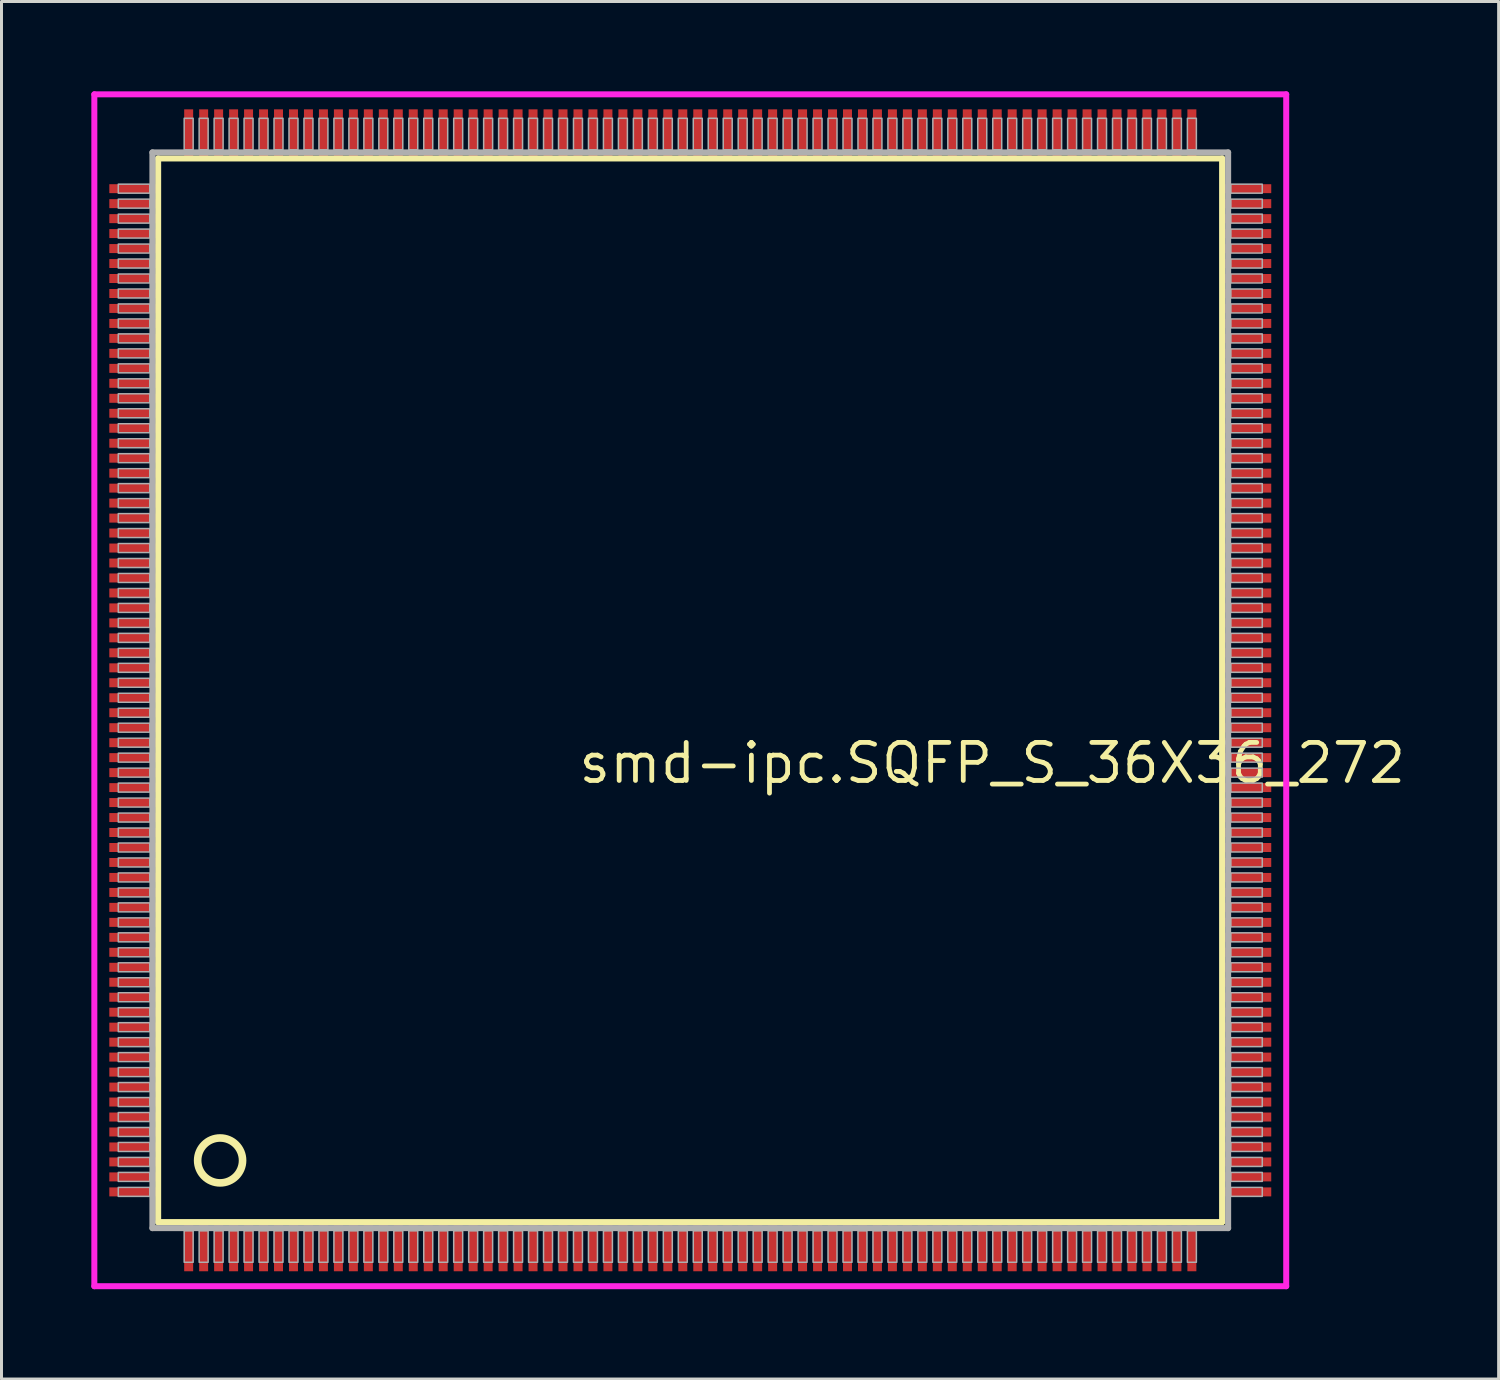
<source format=kicad_pcb>
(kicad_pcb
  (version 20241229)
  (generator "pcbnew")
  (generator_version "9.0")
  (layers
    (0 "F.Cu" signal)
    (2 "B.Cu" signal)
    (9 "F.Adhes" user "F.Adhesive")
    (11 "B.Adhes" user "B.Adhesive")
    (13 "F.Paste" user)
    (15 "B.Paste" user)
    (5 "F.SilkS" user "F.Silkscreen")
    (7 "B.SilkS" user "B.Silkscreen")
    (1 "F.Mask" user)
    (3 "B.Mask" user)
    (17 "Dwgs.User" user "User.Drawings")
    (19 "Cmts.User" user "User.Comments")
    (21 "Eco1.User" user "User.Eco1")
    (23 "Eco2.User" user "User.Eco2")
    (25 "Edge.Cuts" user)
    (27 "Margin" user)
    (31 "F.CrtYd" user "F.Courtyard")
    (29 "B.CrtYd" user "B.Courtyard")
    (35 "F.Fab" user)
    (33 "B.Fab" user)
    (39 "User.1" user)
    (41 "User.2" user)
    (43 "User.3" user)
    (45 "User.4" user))
  (footprint "smd-ipc.SQFP_S_36X36_272"
    (layer "F.Cu")
    (at 20 20)
    (property "Reference" "smd-ipc.SQFP_S_36X36_272" (at -3.81 3.175 0) (layer "F.SilkS") (effects (font (size 1.27 1.27) (thickness 0.16)) (justify left bottom)))
    (attr smd)
    (fp_line (start -17.77 -17.76) (end 17.76 -17.76) (stroke (width 0.203) (type default)) (layer "F.SilkS"))
    (fp_line (start -17.77 17.76) (end -17.77 -17.76) (stroke (width 0.203) (type default)) (layer "F.SilkS"))
    (fp_line (start 17.76 -17.76) (end 17.76 17.76) (stroke (width 0.203) (type default)) (layer "F.SilkS"))
    (fp_line (start 17.76 17.76) (end -17.77 17.76) (stroke (width 0.203) (type default)) (layer "F.SilkS"))
    (fp_circle (center -15.7 15.7) (end -14.95 15.7) (stroke (width 0.254) (type default)) (fill no) (layer "F.SilkS"))
    (fp_line (start -19.9 -19.9) (end 19.9 -19.9) (stroke (width 0.2) (type default)) (layer "F.CrtYd"))
    (fp_line (start -19.9 19.9) (end -19.9 -19.9) (stroke (width 0.2) (type default)) (layer "F.CrtYd"))
    (fp_line (start 19.9 -19.9) (end 19.9 19.9) (stroke (width 0.2) (type default)) (layer "F.CrtYd"))
    (fp_line (start 19.9 19.9) (end -19.9 19.9) (stroke (width 0.2) (type default)) (layer "F.CrtYd"))
    (fp_line (start -17.96 -17.96) (end -17.96 17.96) (stroke (width 0.203) (type default)) (layer "F.Fab"))
    (fp_line (start -17.96 17.96) (end 17.96 17.96) (stroke (width 0.203) (type default)) (layer "F.Fab"))
    (fp_line (start 17.96 -17.96) (end -17.96 -17.96) (stroke (width 0.203) (type default)) (layer "F.Fab"))
    (fp_line (start 17.96 17.96) (end 17.96 -17.96) (stroke (width 0.203) (type default)) (layer "F.Fab"))
    (fp_rect (start -19.1 -16.6) (end -18.05 -16.9) (stroke (width 0.05) (type default)) (fill no) (layer "F.Fab"))
    (fp_rect (start -19.1 -16.1) (end -18.05 -16.4) (stroke (width 0.05) (type default)) (fill no) (layer "F.Fab"))
    (fp_rect (start -19.1 -15.6) (end -18.05 -15.9) (stroke (width 0.05) (type default)) (fill no) (layer "F.Fab"))
    (fp_rect (start -19.1 -15.1) (end -18.05 -15.4) (stroke (width 0.05) (type default)) (fill no) (layer "F.Fab"))
    (fp_rect (start -19.1 -14.6) (end -18.05 -14.9) (stroke (width 0.05) (type default)) (fill no) (layer "F.Fab"))
    (fp_rect (start -19.1 -14.1) (end -18.05 -14.4) (stroke (width 0.05) (type default)) (fill no) (layer "F.Fab"))
    (fp_rect (start -19.1 -13.6) (end -18.05 -13.9) (stroke (width 0.05) (type default)) (fill no) (layer "F.Fab"))
    (fp_rect (start -19.1 -13.1) (end -18.05 -13.4) (stroke (width 0.05) (type default)) (fill no) (layer "F.Fab"))
    (fp_rect (start -19.1 -12.6) (end -18.05 -12.9) (stroke (width 0.05) (type default)) (fill no) (layer "F.Fab"))
    (fp_rect (start -19.1 -12.1) (end -18.05 -12.4) (stroke (width 0.05) (type default)) (fill no) (layer "F.Fab"))
    (fp_rect (start -19.1 -11.6) (end -18.05 -11.9) (stroke (width 0.05) (type default)) (fill no) (layer "F.Fab"))
    (fp_rect (start -19.1 -11.1) (end -18.05 -11.4) (stroke (width 0.05) (type default)) (fill no) (layer "F.Fab"))
    (fp_rect (start -19.1 -10.6) (end -18.05 -10.9) (stroke (width 0.05) (type default)) (fill no) (layer "F.Fab"))
    (fp_rect (start -19.1 -10.1) (end -18.05 -10.4) (stroke (width 0.05) (type default)) (fill no) (layer "F.Fab"))
    (fp_rect (start -19.1 -9.6) (end -18.05 -9.9) (stroke (width 0.05) (type default)) (fill no) (layer "F.Fab"))
    (fp_rect (start -19.1 -9.1) (end -18.05 -9.4) (stroke (width 0.05) (type default)) (fill no) (layer "F.Fab"))
    (fp_rect (start -19.1 -8.6) (end -18.05 -8.9) (stroke (width 0.05) (type default)) (fill no) (layer "F.Fab"))
    (fp_rect (start -19.1 -8.1) (end -18.05 -8.4) (stroke (width 0.05) (type default)) (fill no) (layer "F.Fab"))
    (fp_rect (start -19.1 -7.6) (end -18.05 -7.9) (stroke (width 0.05) (type default)) (fill no) (layer "F.Fab"))
    (fp_rect (start -19.1 -7.1) (end -18.05 -7.4) (stroke (width 0.05) (type default)) (fill no) (layer "F.Fab"))
    (fp_rect (start -19.1 -6.6) (end -18.05 -6.9) (stroke (width 0.05) (type default)) (fill no) (layer "F.Fab"))
    (fp_rect (start -19.1 -6.1) (end -18.05 -6.4) (stroke (width 0.05) (type default)) (fill no) (layer "F.Fab"))
    (fp_rect (start -19.1 -5.6) (end -18.05 -5.9) (stroke (width 0.05) (type default)) (fill no) (layer "F.Fab"))
    (fp_rect (start -19.1 -5.1) (end -18.05 -5.4) (stroke (width 0.05) (type default)) (fill no) (layer "F.Fab"))
    (fp_rect (start -19.1 -4.6) (end -18.05 -4.9) (stroke (width 0.05) (type default)) (fill no) (layer "F.Fab"))
    (fp_rect (start -19.1 -4.1) (end -18.05 -4.4) (stroke (width 0.05) (type default)) (fill no) (layer "F.Fab"))
    (fp_rect (start -19.1 -3.6) (end -18.05 -3.9) (stroke (width 0.05) (type default)) (fill no) (layer "F.Fab"))
    (fp_rect (start -19.1 -3.1) (end -18.05 -3.4) (stroke (width 0.05) (type default)) (fill no) (layer "F.Fab"))
    (fp_rect (start -19.1 -2.6) (end -18.05 -2.9) (stroke (width 0.05) (type default)) (fill no) (layer "F.Fab"))
    (fp_rect (start -19.1 -2.1) (end -18.05 -2.4) (stroke (width 0.05) (type default)) (fill no) (layer "F.Fab"))
    (fp_rect (start -19.1 -1.6) (end -18.05 -1.9) (stroke (width 0.05) (type default)) (fill no) (layer "F.Fab"))
    (fp_rect (start -19.1 -1.1) (end -18.05 -1.4) (stroke (width 0.05) (type default)) (fill no) (layer "F.Fab"))
    (fp_rect (start -19.1 -0.6) (end -18.05 -0.9) (stroke (width 0.05) (type default)) (fill no) (layer "F.Fab"))
    (fp_rect (start -19.1 -0.1) (end -18.05 -0.4) (stroke (width 0.05) (type default)) (fill no) (layer "F.Fab"))
    (fp_rect (start -19.1 0.4) (end -18.05 0.1) (stroke (width 0.05) (type default)) (fill no) (layer "F.Fab"))
    (fp_rect (start -19.1 0.9) (end -18.05 0.6) (stroke (width 0.05) (type default)) (fill no) (layer "F.Fab"))
    (fp_rect (start -19.1 1.4) (end -18.05 1.1) (stroke (width 0.05) (type default)) (fill no) (layer "F.Fab"))
    (fp_rect (start -19.1 1.9) (end -18.05 1.6) (stroke (width 0.05) (type default)) (fill no) (layer "F.Fab"))
    (fp_rect (start -19.1 2.4) (end -18.05 2.1) (stroke (width 0.05) (type default)) (fill no) (layer "F.Fab"))
    (fp_rect (start -19.1 2.9) (end -18.05 2.6) (stroke (width 0.05) (type default)) (fill no) (layer "F.Fab"))
    (fp_rect (start -19.1 3.4) (end -18.05 3.1) (stroke (width 0.05) (type default)) (fill no) (layer "F.Fab"))
    (fp_rect (start -19.1 3.9) (end -18.05 3.6) (stroke (width 0.05) (type default)) (fill no) (layer "F.Fab"))
    (fp_rect (start -19.1 4.4) (end -18.05 4.1) (stroke (width 0.05) (type default)) (fill no) (layer "F.Fab"))
    (fp_rect (start -19.1 4.9) (end -18.05 4.6) (stroke (width 0.05) (type default)) (fill no) (layer "F.Fab"))
    (fp_rect (start -19.1 5.4) (end -18.05 5.1) (stroke (width 0.05) (type default)) (fill no) (layer "F.Fab"))
    (fp_rect (start -19.1 5.9) (end -18.05 5.6) (stroke (width 0.05) (type default)) (fill no) (layer "F.Fab"))
    (fp_rect (start -19.1 6.4) (end -18.05 6.1) (stroke (width 0.05) (type default)) (fill no) (layer "F.Fab"))
    (fp_rect (start -19.1 6.9) (end -18.05 6.6) (stroke (width 0.05) (type default)) (fill no) (layer "F.Fab"))
    (fp_rect (start -19.1 7.4) (end -18.05 7.1) (stroke (width 0.05) (type default)) (fill no) (layer "F.Fab"))
    (fp_rect (start -19.1 7.9) (end -18.05 7.6) (stroke (width 0.05) (type default)) (fill no) (layer "F.Fab"))
    (fp_rect (start -19.1 8.4) (end -18.05 8.1) (stroke (width 0.05) (type default)) (fill no) (layer "F.Fab"))
    (fp_rect (start -19.1 8.9) (end -18.05 8.6) (stroke (width 0.05) (type default)) (fill no) (layer "F.Fab"))
    (fp_rect (start -19.1 9.4) (end -18.05 9.1) (stroke (width 0.05) (type default)) (fill no) (layer "F.Fab"))
    (fp_rect (start -19.1 9.9) (end -18.05 9.6) (stroke (width 0.05) (type default)) (fill no) (layer "F.Fab"))
    (fp_rect (start -19.1 10.4) (end -18.05 10.1) (stroke (width 0.05) (type default)) (fill no) (layer "F.Fab"))
    (fp_rect (start -19.1 10.9) (end -18.05 10.6) (stroke (width 0.05) (type default)) (fill no) (layer "F.Fab"))
    (fp_rect (start -19.1 11.4) (end -18.05 11.1) (stroke (width 0.05) (type default)) (fill no) (layer "F.Fab"))
    (fp_rect (start -19.1 11.9) (end -18.05 11.6) (stroke (width 0.05) (type default)) (fill no) (layer "F.Fab"))
    (fp_rect (start -19.1 12.4) (end -18.05 12.1) (stroke (width 0.05) (type default)) (fill no) (layer "F.Fab"))
    (fp_rect (start -19.1 12.9) (end -18.05 12.6) (stroke (width 0.05) (type default)) (fill no) (layer "F.Fab"))
    (fp_rect (start -19.1 13.4) (end -18.05 13.1) (stroke (width 0.05) (type default)) (fill no) (layer "F.Fab"))
    (fp_rect (start -19.1 13.9) (end -18.05 13.6) (stroke (width 0.05) (type default)) (fill no) (layer "F.Fab"))
    (fp_rect (start -19.1 14.4) (end -18.05 14.1) (stroke (width 0.05) (type default)) (fill no) (layer "F.Fab"))
    (fp_rect (start -19.1 14.9) (end -18.05 14.6) (stroke (width 0.05) (type default)) (fill no) (layer "F.Fab"))
    (fp_rect (start -19.1 15.4) (end -18.05 15.1) (stroke (width 0.05) (type default)) (fill no) (layer "F.Fab"))
    (fp_rect (start -19.1 15.9) (end -18.05 15.6) (stroke (width 0.05) (type default)) (fill no) (layer "F.Fab"))
    (fp_rect (start -19.1 16.4) (end -18.05 16.1) (stroke (width 0.05) (type default)) (fill no) (layer "F.Fab"))
    (fp_rect (start -19.1 16.9) (end -18.05 16.6) (stroke (width 0.05) (type default)) (fill no) (layer "F.Fab"))
    (fp_rect (start -16.9 -18.05) (end -16.6 -19.1) (stroke (width 0.05) (type default)) (fill no) (layer "F.Fab"))
    (fp_rect (start -16.9 19.1) (end -16.6 18.05) (stroke (width 0.05) (type default)) (fill no) (layer "F.Fab"))
    (fp_rect (start -16.4 -18.05) (end -16.1 -19.1) (stroke (width 0.05) (type default)) (fill no) (layer "F.Fab"))
    (fp_rect (start -16.4 19.1) (end -16.1 18.05) (stroke (width 0.05) (type default)) (fill no) (layer "F.Fab"))
    (fp_rect (start -15.9 -18.05) (end -15.6 -19.1) (stroke (width 0.05) (type default)) (fill no) (layer "F.Fab"))
    (fp_rect (start -15.9 19.1) (end -15.6 18.05) (stroke (width 0.05) (type default)) (fill no) (layer "F.Fab"))
    (fp_rect (start -15.4 -18.05) (end -15.1 -19.1) (stroke (width 0.05) (type default)) (fill no) (layer "F.Fab"))
    (fp_rect (start -15.4 19.1) (end -15.1 18.05) (stroke (width 0.05) (type default)) (fill no) (layer "F.Fab"))
    (fp_rect (start -14.9 -18.05) (end -14.6 -19.1) (stroke (width 0.05) (type default)) (fill no) (layer "F.Fab"))
    (fp_rect (start -14.9 19.1) (end -14.6 18.05) (stroke (width 0.05) (type default)) (fill no) (layer "F.Fab"))
    (fp_rect (start -14.4 -18.05) (end -14.1 -19.1) (stroke (width 0.05) (type default)) (fill no) (layer "F.Fab"))
    (fp_rect (start -14.4 19.1) (end -14.1 18.05) (stroke (width 0.05) (type default)) (fill no) (layer "F.Fab"))
    (fp_rect (start -13.9 -18.05) (end -13.6 -19.1) (stroke (width 0.05) (type default)) (fill no) (layer "F.Fab"))
    (fp_rect (start -13.9 19.1) (end -13.6 18.05) (stroke (width 0.05) (type default)) (fill no) (layer "F.Fab"))
    (fp_rect (start -13.4 -18.05) (end -13.1 -19.1) (stroke (width 0.05) (type default)) (fill no) (layer "F.Fab"))
    (fp_rect (start -13.4 19.1) (end -13.1 18.05) (stroke (width 0.05) (type default)) (fill no) (layer "F.Fab"))
    (fp_rect (start -12.9 -18.05) (end -12.6 -19.1) (stroke (width 0.05) (type default)) (fill no) (layer "F.Fab"))
    (fp_rect (start -12.9 19.1) (end -12.6 18.05) (stroke (width 0.05) (type default)) (fill no) (layer "F.Fab"))
    (fp_rect (start -12.4 -18.05) (end -12.1 -19.1) (stroke (width 0.05) (type default)) (fill no) (layer "F.Fab"))
    (fp_rect (start -12.4 19.1) (end -12.1 18.05) (stroke (width 0.05) (type default)) (fill no) (layer "F.Fab"))
    (fp_rect (start -11.9 -18.05) (end -11.6 -19.1) (stroke (width 0.05) (type default)) (fill no) (layer "F.Fab"))
    (fp_rect (start -11.9 19.1) (end -11.6 18.05) (stroke (width 0.05) (type default)) (fill no) (layer "F.Fab"))
    (fp_rect (start -11.4 -18.05) (end -11.1 -19.1) (stroke (width 0.05) (type default)) (fill no) (layer "F.Fab"))
    (fp_rect (start -11.4 19.1) (end -11.1 18.05) (stroke (width 0.05) (type default)) (fill no) (layer "F.Fab"))
    (fp_rect (start -10.9 -18.05) (end -10.6 -19.1) (stroke (width 0.05) (type default)) (fill no) (layer "F.Fab"))
    (fp_rect (start -10.9 19.1) (end -10.6 18.05) (stroke (width 0.05) (type default)) (fill no) (layer "F.Fab"))
    (fp_rect (start -10.4 -18.05) (end -10.1 -19.1) (stroke (width 0.05) (type default)) (fill no) (layer "F.Fab"))
    (fp_rect (start -10.4 19.1) (end -10.1 18.05) (stroke (width 0.05) (type default)) (fill no) (layer "F.Fab"))
    (fp_rect (start -9.9 -18.05) (end -9.6 -19.1) (stroke (width 0.05) (type default)) (fill no) (layer "F.Fab"))
    (fp_rect (start -9.9 19.1) (end -9.6 18.05) (stroke (width 0.05) (type default)) (fill no) (layer "F.Fab"))
    (fp_rect (start -9.4 -18.05) (end -9.1 -19.1) (stroke (width 0.05) (type default)) (fill no) (layer "F.Fab"))
    (fp_rect (start -9.4 19.1) (end -9.1 18.05) (stroke (width 0.05) (type default)) (fill no) (layer "F.Fab"))
    (fp_rect (start -8.9 -18.05) (end -8.6 -19.1) (stroke (width 0.05) (type default)) (fill no) (layer "F.Fab"))
    (fp_rect (start -8.9 19.1) (end -8.6 18.05) (stroke (width 0.05) (type default)) (fill no) (layer "F.Fab"))
    (fp_rect (start -8.4 -18.05) (end -8.1 -19.1) (stroke (width 0.05) (type default)) (fill no) (layer "F.Fab"))
    (fp_rect (start -8.4 19.1) (end -8.1 18.05) (stroke (width 0.05) (type default)) (fill no) (layer "F.Fab"))
    (fp_rect (start -7.9 -18.05) (end -7.6 -19.1) (stroke (width 0.05) (type default)) (fill no) (layer "F.Fab"))
    (fp_rect (start -7.9 19.1) (end -7.6 18.05) (stroke (width 0.05) (type default)) (fill no) (layer "F.Fab"))
    (fp_rect (start -7.4 -18.05) (end -7.1 -19.1) (stroke (width 0.05) (type default)) (fill no) (layer "F.Fab"))
    (fp_rect (start -7.4 19.1) (end -7.1 18.05) (stroke (width 0.05) (type default)) (fill no) (layer "F.Fab"))
    (fp_rect (start -6.9 -18.05) (end -6.6 -19.1) (stroke (width 0.05) (type default)) (fill no) (layer "F.Fab"))
    (fp_rect (start -6.9 19.1) (end -6.6 18.05) (stroke (width 0.05) (type default)) (fill no) (layer "F.Fab"))
    (fp_rect (start -6.4 -18.05) (end -6.1 -19.1) (stroke (width 0.05) (type default)) (fill no) (layer "F.Fab"))
    (fp_rect (start -6.4 19.1) (end -6.1 18.05) (stroke (width 0.05) (type default)) (fill no) (layer "F.Fab"))
    (fp_rect (start -5.9 -18.05) (end -5.6 -19.1) (stroke (width 0.05) (type default)) (fill no) (layer "F.Fab"))
    (fp_rect (start -5.9 19.1) (end -5.6 18.05) (stroke (width 0.05) (type default)) (fill no) (layer "F.Fab"))
    (fp_rect (start -5.4 -18.05) (end -5.1 -19.1) (stroke (width 0.05) (type default)) (fill no) (layer "F.Fab"))
    (fp_rect (start -5.4 19.1) (end -5.1 18.05) (stroke (width 0.05) (type default)) (fill no) (layer "F.Fab"))
    (fp_rect (start -4.9 -18.05) (end -4.6 -19.1) (stroke (width 0.05) (type default)) (fill no) (layer "F.Fab"))
    (fp_rect (start -4.9 19.1) (end -4.6 18.05) (stroke (width 0.05) (type default)) (fill no) (layer "F.Fab"))
    (fp_rect (start -4.4 -18.05) (end -4.1 -19.1) (stroke (width 0.05) (type default)) (fill no) (layer "F.Fab"))
    (fp_rect (start -4.4 19.1) (end -4.1 18.05) (stroke (width 0.05) (type default)) (fill no) (layer "F.Fab"))
    (fp_rect (start -3.9 -18.05) (end -3.6 -19.1) (stroke (width 0.05) (type default)) (fill no) (layer "F.Fab"))
    (fp_rect (start -3.9 19.1) (end -3.6 18.05) (stroke (width 0.05) (type default)) (fill no) (layer "F.Fab"))
    (fp_rect (start -3.4 -18.05) (end -3.1 -19.1) (stroke (width 0.05) (type default)) (fill no) (layer "F.Fab"))
    (fp_rect (start -3.4 19.1) (end -3.1 18.05) (stroke (width 0.05) (type default)) (fill no) (layer "F.Fab"))
    (fp_rect (start -2.9 -18.05) (end -2.6 -19.1) (stroke (width 0.05) (type default)) (fill no) (layer "F.Fab"))
    (fp_rect (start -2.9 19.1) (end -2.6 18.05) (stroke (width 0.05) (type default)) (fill no) (layer "F.Fab"))
    (fp_rect (start -2.4 -18.05) (end -2.1 -19.1) (stroke (width 0.05) (type default)) (fill no) (layer "F.Fab"))
    (fp_rect (start -2.4 19.1) (end -2.1 18.05) (stroke (width 0.05) (type default)) (fill no) (layer "F.Fab"))
    (fp_rect (start -1.9 -18.05) (end -1.6 -19.1) (stroke (width 0.05) (type default)) (fill no) (layer "F.Fab"))
    (fp_rect (start -1.9 19.1) (end -1.6 18.05) (stroke (width 0.05) (type default)) (fill no) (layer "F.Fab"))
    (fp_rect (start -1.4 -18.05) (end -1.1 -19.1) (stroke (width 0.05) (type default)) (fill no) (layer "F.Fab"))
    (fp_rect (start -1.4 19.1) (end -1.1 18.05) (stroke (width 0.05) (type default)) (fill no) (layer "F.Fab"))
    (fp_rect (start -0.9 -18.05) (end -0.6 -19.1) (stroke (width 0.05) (type default)) (fill no) (layer "F.Fab"))
    (fp_rect (start -0.9 19.1) (end -0.6 18.05) (stroke (width 0.05) (type default)) (fill no) (layer "F.Fab"))
    (fp_rect (start -0.4 -18.05) (end -0.1 -19.1) (stroke (width 0.05) (type default)) (fill no) (layer "F.Fab"))
    (fp_rect (start -0.4 19.1) (end -0.1 18.05) (stroke (width 0.05) (type default)) (fill no) (layer "F.Fab"))
    (fp_rect (start 0.1 -18.05) (end 0.4 -19.1) (stroke (width 0.05) (type default)) (fill no) (layer "F.Fab"))
    (fp_rect (start 0.1 19.1) (end 0.4 18.05) (stroke (width 0.05) (type default)) (fill no) (layer "F.Fab"))
    (fp_rect (start 0.6 -18.05) (end 0.9 -19.1) (stroke (width 0.05) (type default)) (fill no) (layer "F.Fab"))
    (fp_rect (start 0.6 19.1) (end 0.9 18.05) (stroke (width 0.05) (type default)) (fill no) (layer "F.Fab"))
    (fp_rect (start 1.1 -18.05) (end 1.4 -19.1) (stroke (width 0.05) (type default)) (fill no) (layer "F.Fab"))
    (fp_rect (start 1.1 19.1) (end 1.4 18.05) (stroke (width 0.05) (type default)) (fill no) (layer "F.Fab"))
    (fp_rect (start 1.6 -18.05) (end 1.9 -19.1) (stroke (width 0.05) (type default)) (fill no) (layer "F.Fab"))
    (fp_rect (start 1.6 19.1) (end 1.9 18.05) (stroke (width 0.05) (type default)) (fill no) (layer "F.Fab"))
    (fp_rect (start 2.1 -18.05) (end 2.4 -19.1) (stroke (width 0.05) (type default)) (fill no) (layer "F.Fab"))
    (fp_rect (start 2.1 19.1) (end 2.4 18.05) (stroke (width 0.05) (type default)) (fill no) (layer "F.Fab"))
    (fp_rect (start 2.6 -18.05) (end 2.9 -19.1) (stroke (width 0.05) (type default)) (fill no) (layer "F.Fab"))
    (fp_rect (start 2.6 19.1) (end 2.9 18.05) (stroke (width 0.05) (type default)) (fill no) (layer "F.Fab"))
    (fp_rect (start 3.1 -18.05) (end 3.4 -19.1) (stroke (width 0.05) (type default)) (fill no) (layer "F.Fab"))
    (fp_rect (start 3.1 19.1) (end 3.4 18.05) (stroke (width 0.05) (type default)) (fill no) (layer "F.Fab"))
    (fp_rect (start 3.6 -18.05) (end 3.9 -19.1) (stroke (width 0.05) (type default)) (fill no) (layer "F.Fab"))
    (fp_rect (start 3.6 19.1) (end 3.9 18.05) (stroke (width 0.05) (type default)) (fill no) (layer "F.Fab"))
    (fp_rect (start 4.1 -18.05) (end 4.4 -19.1) (stroke (width 0.05) (type default)) (fill no) (layer "F.Fab"))
    (fp_rect (start 4.1 19.1) (end 4.4 18.05) (stroke (width 0.05) (type default)) (fill no) (layer "F.Fab"))
    (fp_rect (start 4.6 -18.05) (end 4.9 -19.1) (stroke (width 0.05) (type default)) (fill no) (layer "F.Fab"))
    (fp_rect (start 4.6 19.1) (end 4.9 18.05) (stroke (width 0.05) (type default)) (fill no) (layer "F.Fab"))
    (fp_rect (start 5.1 -18.05) (end 5.4 -19.1) (stroke (width 0.05) (type default)) (fill no) (layer "F.Fab"))
    (fp_rect (start 5.1 19.1) (end 5.4 18.05) (stroke (width 0.05) (type default)) (fill no) (layer "F.Fab"))
    (fp_rect (start 5.6 -18.05) (end 5.9 -19.1) (stroke (width 0.05) (type default)) (fill no) (layer "F.Fab"))
    (fp_rect (start 5.6 19.1) (end 5.9 18.05) (stroke (width 0.05) (type default)) (fill no) (layer "F.Fab"))
    (fp_rect (start 6.1 -18.05) (end 6.4 -19.1) (stroke (width 0.05) (type default)) (fill no) (layer "F.Fab"))
    (fp_rect (start 6.1 19.1) (end 6.4 18.05) (stroke (width 0.05) (type default)) (fill no) (layer "F.Fab"))
    (fp_rect (start 6.6 -18.05) (end 6.9 -19.1) (stroke (width 0.05) (type default)) (fill no) (layer "F.Fab"))
    (fp_rect (start 6.6 19.1) (end 6.9 18.05) (stroke (width 0.05) (type default)) (fill no) (layer "F.Fab"))
    (fp_rect (start 7.1 -18.05) (end 7.4 -19.1) (stroke (width 0.05) (type default)) (fill no) (layer "F.Fab"))
    (fp_rect (start 7.1 19.1) (end 7.4 18.05) (stroke (width 0.05) (type default)) (fill no) (layer "F.Fab"))
    (fp_rect (start 7.6 -18.05) (end 7.9 -19.1) (stroke (width 0.05) (type default)) (fill no) (layer "F.Fab"))
    (fp_rect (start 7.6 19.1) (end 7.9 18.05) (stroke (width 0.05) (type default)) (fill no) (layer "F.Fab"))
    (fp_rect (start 8.1 -18.05) (end 8.4 -19.1) (stroke (width 0.05) (type default)) (fill no) (layer "F.Fab"))
    (fp_rect (start 8.1 19.1) (end 8.4 18.05) (stroke (width 0.05) (type default)) (fill no) (layer "F.Fab"))
    (fp_rect (start 8.6 -18.05) (end 8.9 -19.1) (stroke (width 0.05) (type default)) (fill no) (layer "F.Fab"))
    (fp_rect (start 8.6 19.1) (end 8.9 18.05) (stroke (width 0.05) (type default)) (fill no) (layer "F.Fab"))
    (fp_rect (start 9.1 -18.05) (end 9.4 -19.1) (stroke (width 0.05) (type default)) (fill no) (layer "F.Fab"))
    (fp_rect (start 9.1 19.1) (end 9.4 18.05) (stroke (width 0.05) (type default)) (fill no) (layer "F.Fab"))
    (fp_rect (start 9.6 -18.05) (end 9.9 -19.1) (stroke (width 0.05) (type default)) (fill no) (layer "F.Fab"))
    (fp_rect (start 9.6 19.1) (end 9.9 18.05) (stroke (width 0.05) (type default)) (fill no) (layer "F.Fab"))
    (fp_rect (start 10.1 -18.05) (end 10.4 -19.1) (stroke (width 0.05) (type default)) (fill no) (layer "F.Fab"))
    (fp_rect (start 10.1 19.1) (end 10.4 18.05) (stroke (width 0.05) (type default)) (fill no) (layer "F.Fab"))
    (fp_rect (start 10.6 -18.05) (end 10.9 -19.1) (stroke (width 0.05) (type default)) (fill no) (layer "F.Fab"))
    (fp_rect (start 10.6 19.1) (end 10.9 18.05) (stroke (width 0.05) (type default)) (fill no) (layer "F.Fab"))
    (fp_rect (start 11.1 -18.05) (end 11.4 -19.1) (stroke (width 0.05) (type default)) (fill no) (layer "F.Fab"))
    (fp_rect (start 11.1 19.1) (end 11.4 18.05) (stroke (width 0.05) (type default)) (fill no) (layer "F.Fab"))
    (fp_rect (start 11.6 -18.05) (end 11.9 -19.1) (stroke (width 0.05) (type default)) (fill no) (layer "F.Fab"))
    (fp_rect (start 11.6 19.1) (end 11.9 18.05) (stroke (width 0.05) (type default)) (fill no) (layer "F.Fab"))
    (fp_rect (start 12.1 -18.05) (end 12.4 -19.1) (stroke (width 0.05) (type default)) (fill no) (layer "F.Fab"))
    (fp_rect (start 12.1 19.1) (end 12.4 18.05) (stroke (width 0.05) (type default)) (fill no) (layer "F.Fab"))
    (fp_rect (start 12.6 -18.05) (end 12.9 -19.1) (stroke (width 0.05) (type default)) (fill no) (layer "F.Fab"))
    (fp_rect (start 12.6 19.1) (end 12.9 18.05) (stroke (width 0.05) (type default)) (fill no) (layer "F.Fab"))
    (fp_rect (start 13.1 -18.05) (end 13.4 -19.1) (stroke (width 0.05) (type default)) (fill no) (layer "F.Fab"))
    (fp_rect (start 13.1 19.1) (end 13.4 18.05) (stroke (width 0.05) (type default)) (fill no) (layer "F.Fab"))
    (fp_rect (start 13.6 -18.05) (end 13.9 -19.1) (stroke (width 0.05) (type default)) (fill no) (layer "F.Fab"))
    (fp_rect (start 13.6 19.1) (end 13.9 18.05) (stroke (width 0.05) (type default)) (fill no) (layer "F.Fab"))
    (fp_rect (start 14.1 -18.05) (end 14.4 -19.1) (stroke (width 0.05) (type default)) (fill no) (layer "F.Fab"))
    (fp_rect (start 14.1 19.1) (end 14.4 18.05) (stroke (width 0.05) (type default)) (fill no) (layer "F.Fab"))
    (fp_rect (start 14.6 -18.05) (end 14.9 -19.1) (stroke (width 0.05) (type default)) (fill no) (layer "F.Fab"))
    (fp_rect (start 14.6 19.1) (end 14.9 18.05) (stroke (width 0.05) (type default)) (fill no) (layer "F.Fab"))
    (fp_rect (start 15.1 -18.05) (end 15.4 -19.1) (stroke (width 0.05) (type default)) (fill no) (layer "F.Fab"))
    (fp_rect (start 15.1 19.1) (end 15.4 18.05) (stroke (width 0.05) (type default)) (fill no) (layer "F.Fab"))
    (fp_rect (start 15.6 -18.05) (end 15.9 -19.1) (stroke (width 0.05) (type default)) (fill no) (layer "F.Fab"))
    (fp_rect (start 15.6 19.1) (end 15.9 18.05) (stroke (width 0.05) (type default)) (fill no) (layer "F.Fab"))
    (fp_rect (start 16.1 -18.05) (end 16.4 -19.1) (stroke (width 0.05) (type default)) (fill no) (layer "F.Fab"))
    (fp_rect (start 16.1 19.1) (end 16.4 18.05) (stroke (width 0.05) (type default)) (fill no) (layer "F.Fab"))
    (fp_rect (start 16.6 -18.05) (end 16.9 -19.1) (stroke (width 0.05) (type default)) (fill no) (layer "F.Fab"))
    (fp_rect (start 16.6 19.1) (end 16.9 18.05) (stroke (width 0.05) (type default)) (fill no) (layer "F.Fab"))
    (fp_rect (start 18.05 -16.6) (end 19.1 -16.9) (stroke (width 0.05) (type default)) (fill no) (layer "F.Fab"))
    (fp_rect (start 18.05 -16.1) (end 19.1 -16.4) (stroke (width 0.05) (type default)) (fill no) (layer "F.Fab"))
    (fp_rect (start 18.05 -15.6) (end 19.1 -15.9) (stroke (width 0.05) (type default)) (fill no) (layer "F.Fab"))
    (fp_rect (start 18.05 -15.1) (end 19.1 -15.4) (stroke (width 0.05) (type default)) (fill no) (layer "F.Fab"))
    (fp_rect (start 18.05 -14.6) (end 19.1 -14.9) (stroke (width 0.05) (type default)) (fill no) (layer "F.Fab"))
    (fp_rect (start 18.05 -14.1) (end 19.1 -14.4) (stroke (width 0.05) (type default)) (fill no) (layer "F.Fab"))
    (fp_rect (start 18.05 -13.6) (end 19.1 -13.9) (stroke (width 0.05) (type default)) (fill no) (layer "F.Fab"))
    (fp_rect (start 18.05 -13.1) (end 19.1 -13.4) (stroke (width 0.05) (type default)) (fill no) (layer "F.Fab"))
    (fp_rect (start 18.05 -12.6) (end 19.1 -12.9) (stroke (width 0.05) (type default)) (fill no) (layer "F.Fab"))
    (fp_rect (start 18.05 -12.1) (end 19.1 -12.4) (stroke (width 0.05) (type default)) (fill no) (layer "F.Fab"))
    (fp_rect (start 18.05 -11.6) (end 19.1 -11.9) (stroke (width 0.05) (type default)) (fill no) (layer "F.Fab"))
    (fp_rect (start 18.05 -11.1) (end 19.1 -11.4) (stroke (width 0.05) (type default)) (fill no) (layer "F.Fab"))
    (fp_rect (start 18.05 -10.6) (end 19.1 -10.9) (stroke (width 0.05) (type default)) (fill no) (layer "F.Fab"))
    (fp_rect (start 18.05 -10.1) (end 19.1 -10.4) (stroke (width 0.05) (type default)) (fill no) (layer "F.Fab"))
    (fp_rect (start 18.05 -9.6) (end 19.1 -9.9) (stroke (width 0.05) (type default)) (fill no) (layer "F.Fab"))
    (fp_rect (start 18.05 -9.1) (end 19.1 -9.4) (stroke (width 0.05) (type default)) (fill no) (layer "F.Fab"))
    (fp_rect (start 18.05 -8.6) (end 19.1 -8.9) (stroke (width 0.05) (type default)) (fill no) (layer "F.Fab"))
    (fp_rect (start 18.05 -8.1) (end 19.1 -8.4) (stroke (width 0.05) (type default)) (fill no) (layer "F.Fab"))
    (fp_rect (start 18.05 -7.6) (end 19.1 -7.9) (stroke (width 0.05) (type default)) (fill no) (layer "F.Fab"))
    (fp_rect (start 18.05 -7.1) (end 19.1 -7.4) (stroke (width 0.05) (type default)) (fill no) (layer "F.Fab"))
    (fp_rect (start 18.05 -6.6) (end 19.1 -6.9) (stroke (width 0.05) (type default)) (fill no) (layer "F.Fab"))
    (fp_rect (start 18.05 -6.1) (end 19.1 -6.4) (stroke (width 0.05) (type default)) (fill no) (layer "F.Fab"))
    (fp_rect (start 18.05 -5.6) (end 19.1 -5.9) (stroke (width 0.05) (type default)) (fill no) (layer "F.Fab"))
    (fp_rect (start 18.05 -5.1) (end 19.1 -5.4) (stroke (width 0.05) (type default)) (fill no) (layer "F.Fab"))
    (fp_rect (start 18.05 -4.6) (end 19.1 -4.9) (stroke (width 0.05) (type default)) (fill no) (layer "F.Fab"))
    (fp_rect (start 18.05 -4.1) (end 19.1 -4.4) (stroke (width 0.05) (type default)) (fill no) (layer "F.Fab"))
    (fp_rect (start 18.05 -3.6) (end 19.1 -3.9) (stroke (width 0.05) (type default)) (fill no) (layer "F.Fab"))
    (fp_rect (start 18.05 -3.1) (end 19.1 -3.4) (stroke (width 0.05) (type default)) (fill no) (layer "F.Fab"))
    (fp_rect (start 18.05 -2.6) (end 19.1 -2.9) (stroke (width 0.05) (type default)) (fill no) (layer "F.Fab"))
    (fp_rect (start 18.05 -2.1) (end 19.1 -2.4) (stroke (width 0.05) (type default)) (fill no) (layer "F.Fab"))
    (fp_rect (start 18.05 -1.6) (end 19.1 -1.9) (stroke (width 0.05) (type default)) (fill no) (layer "F.Fab"))
    (fp_rect (start 18.05 -1.1) (end 19.1 -1.4) (stroke (width 0.05) (type default)) (fill no) (layer "F.Fab"))
    (fp_rect (start 18.05 -0.6) (end 19.1 -0.9) (stroke (width 0.05) (type default)) (fill no) (layer "F.Fab"))
    (fp_rect (start 18.05 -0.1) (end 19.1 -0.4) (stroke (width 0.05) (type default)) (fill no) (layer "F.Fab"))
    (fp_rect (start 18.05 0.4) (end 19.1 0.1) (stroke (width 0.05) (type default)) (fill no) (layer "F.Fab"))
    (fp_rect (start 18.05 0.9) (end 19.1 0.6) (stroke (width 0.05) (type default)) (fill no) (layer "F.Fab"))
    (fp_rect (start 18.05 1.4) (end 19.1 1.1) (stroke (width 0.05) (type default)) (fill no) (layer "F.Fab"))
    (fp_rect (start 18.05 1.9) (end 19.1 1.6) (stroke (width 0.05) (type default)) (fill no) (layer "F.Fab"))
    (fp_rect (start 18.05 2.4) (end 19.1 2.1) (stroke (width 0.05) (type default)) (fill no) (layer "F.Fab"))
    (fp_rect (start 18.05 2.9) (end 19.1 2.6) (stroke (width 0.05) (type default)) (fill no) (layer "F.Fab"))
    (fp_rect (start 18.05 3.4) (end 19.1 3.1) (stroke (width 0.05) (type default)) (fill no) (layer "F.Fab"))
    (fp_rect (start 18.05 3.9) (end 19.1 3.6) (stroke (width 0.05) (type default)) (fill no) (layer "F.Fab"))
    (fp_rect (start 18.05 4.4) (end 19.1 4.1) (stroke (width 0.05) (type default)) (fill no) (layer "F.Fab"))
    (fp_rect (start 18.05 4.9) (end 19.1 4.6) (stroke (width 0.05) (type default)) (fill no) (layer "F.Fab"))
    (fp_rect (start 18.05 5.4) (end 19.1 5.1) (stroke (width 0.05) (type default)) (fill no) (layer "F.Fab"))
    (fp_rect (start 18.05 5.9) (end 19.1 5.6) (stroke (width 0.05) (type default)) (fill no) (layer "F.Fab"))
    (fp_rect (start 18.05 6.4) (end 19.1 6.1) (stroke (width 0.05) (type default)) (fill no) (layer "F.Fab"))
    (fp_rect (start 18.05 6.9) (end 19.1 6.6) (stroke (width 0.05) (type default)) (fill no) (layer "F.Fab"))
    (fp_rect (start 18.05 7.4) (end 19.1 7.1) (stroke (width 0.05) (type default)) (fill no) (layer "F.Fab"))
    (fp_rect (start 18.05 7.9) (end 19.1 7.6) (stroke (width 0.05) (type default)) (fill no) (layer "F.Fab"))
    (fp_rect (start 18.05 8.4) (end 19.1 8.1) (stroke (width 0.05) (type default)) (fill no) (layer "F.Fab"))
    (fp_rect (start 18.05 8.9) (end 19.1 8.6) (stroke (width 0.05) (type default)) (fill no) (layer "F.Fab"))
    (fp_rect (start 18.05 9.4) (end 19.1 9.1) (stroke (width 0.05) (type default)) (fill no) (layer "F.Fab"))
    (fp_rect (start 18.05 9.9) (end 19.1 9.6) (stroke (width 0.05) (type default)) (fill no) (layer "F.Fab"))
    (fp_rect (start 18.05 10.4) (end 19.1 10.1) (stroke (width 0.05) (type default)) (fill no) (layer "F.Fab"))
    (fp_rect (start 18.05 10.9) (end 19.1 10.6) (stroke (width 0.05) (type default)) (fill no) (layer "F.Fab"))
    (fp_rect (start 18.05 11.4) (end 19.1 11.1) (stroke (width 0.05) (type default)) (fill no) (layer "F.Fab"))
    (fp_rect (start 18.05 11.9) (end 19.1 11.6) (stroke (width 0.05) (type default)) (fill no) (layer "F.Fab"))
    (fp_rect (start 18.05 12.4) (end 19.1 12.1) (stroke (width 0.05) (type default)) (fill no) (layer "F.Fab"))
    (fp_rect (start 18.05 12.9) (end 19.1 12.6) (stroke (width 0.05) (type default)) (fill no) (layer "F.Fab"))
    (fp_rect (start 18.05 13.4) (end 19.1 13.1) (stroke (width 0.05) (type default)) (fill no) (layer "F.Fab"))
    (fp_rect (start 18.05 13.9) (end 19.1 13.6) (stroke (width 0.05) (type default)) (fill no) (layer "F.Fab"))
    (fp_rect (start 18.05 14.4) (end 19.1 14.1) (stroke (width 0.05) (type default)) (fill no) (layer "F.Fab"))
    (fp_rect (start 18.05 14.9) (end 19.1 14.6) (stroke (width 0.05) (type default)) (fill no) (layer "F.Fab"))
    (fp_rect (start 18.05 15.4) (end 19.1 15.1) (stroke (width 0.05) (type default)) (fill no) (layer "F.Fab"))
    (fp_rect (start 18.05 15.9) (end 19.1 15.6) (stroke (width 0.05) (type default)) (fill no) (layer "F.Fab"))
    (fp_rect (start 18.05 16.4) (end 19.1 16.1) (stroke (width 0.05) (type default)) (fill no) (layer "F.Fab"))
    (fp_rect (start 18.05 16.9) (end 19.1 16.6) (stroke (width 0.05) (type default)) (fill no) (layer "F.Fab"))
    (pad "1" smd roundrect (at -16.75 18.6) (size 0.3 1.6) (layers "F.Cu" "F.Mask" "F.Paste") (roundrect_rratio 0.01))
    (pad "2" smd roundrect (at -16.25 18.6) (size 0.3 1.6) (layers "F.Cu" "F.Mask" "F.Paste") (roundrect_rratio 0.01))
    (pad "3" smd roundrect (at -15.75 18.6) (size 0.3 1.6) (layers "F.Cu" "F.Mask" "F.Paste") (roundrect_rratio 0.01))
    (pad "4" smd roundrect (at -15.25 18.6) (size 0.3 1.6) (layers "F.Cu" "F.Mask" "F.Paste") (roundrect_rratio 0.01))
    (pad "5" smd roundrect (at -14.75 18.6) (size 0.3 1.6) (layers "F.Cu" "F.Mask" "F.Paste") (roundrect_rratio 0.01))
    (pad "6" smd roundrect (at -14.25 18.6) (size 0.3 1.6) (layers "F.Cu" "F.Mask" "F.Paste") (roundrect_rratio 0.01))
    (pad "7" smd roundrect (at -13.75 18.6) (size 0.3 1.6) (layers "F.Cu" "F.Mask" "F.Paste") (roundrect_rratio 0.01))
    (pad "8" smd roundrect (at -13.25 18.6) (size 0.3 1.6) (layers "F.Cu" "F.Mask" "F.Paste") (roundrect_rratio 0.01))
    (pad "9" smd roundrect (at -12.75 18.6) (size 0.3 1.6) (layers "F.Cu" "F.Mask" "F.Paste") (roundrect_rratio 0.01))
    (pad "10" smd roundrect (at -12.25 18.6) (size 0.3 1.6) (layers "F.Cu" "F.Mask" "F.Paste") (roundrect_rratio 0.01))
    (pad "11" smd roundrect (at -11.75 18.6) (size 0.3 1.6) (layers "F.Cu" "F.Mask" "F.Paste") (roundrect_rratio 0.01))
    (pad "12" smd roundrect (at -11.25 18.6) (size 0.3 1.6) (layers "F.Cu" "F.Mask" "F.Paste") (roundrect_rratio 0.01))
    (pad "13" smd roundrect (at -10.75 18.6) (size 0.3 1.6) (layers "F.Cu" "F.Mask" "F.Paste") (roundrect_rratio 0.01))
    (pad "14" smd roundrect (at -10.25 18.6) (size 0.3 1.6) (layers "F.Cu" "F.Mask" "F.Paste") (roundrect_rratio 0.01))
    (pad "15" smd roundrect (at -9.75 18.6) (size 0.3 1.6) (layers "F.Cu" "F.Mask" "F.Paste") (roundrect_rratio 0.01))
    (pad "16" smd roundrect (at -9.25 18.6) (size 0.3 1.6) (layers "F.Cu" "F.Mask" "F.Paste") (roundrect_rratio 0.01))
    (pad "17" smd roundrect (at -8.75 18.6) (size 0.3 1.6) (layers "F.Cu" "F.Mask" "F.Paste") (roundrect_rratio 0.01))
    (pad "18" smd roundrect (at -8.25 18.6) (size 0.3 1.6) (layers "F.Cu" "F.Mask" "F.Paste") (roundrect_rratio 0.01))
    (pad "19" smd roundrect (at -7.75 18.6) (size 0.3 1.6) (layers "F.Cu" "F.Mask" "F.Paste") (roundrect_rratio 0.01))
    (pad "20" smd roundrect (at -7.25 18.6) (size 0.3 1.6) (layers "F.Cu" "F.Mask" "F.Paste") (roundrect_rratio 0.01))
    (pad "21" smd roundrect (at -6.75 18.6) (size 0.3 1.6) (layers "F.Cu" "F.Mask" "F.Paste") (roundrect_rratio 0.01))
    (pad "22" smd roundrect (at -6.25 18.6) (size 0.3 1.6) (layers "F.Cu" "F.Mask" "F.Paste") (roundrect_rratio 0.01))
    (pad "23" smd roundrect (at -5.75 18.6) (size 0.3 1.6) (layers "F.Cu" "F.Mask" "F.Paste") (roundrect_rratio 0.01))
    (pad "24" smd roundrect (at -5.25 18.6) (size 0.3 1.6) (layers "F.Cu" "F.Mask" "F.Paste") (roundrect_rratio 0.01))
    (pad "25" smd roundrect (at -4.75 18.6) (size 0.3 1.6) (layers "F.Cu" "F.Mask" "F.Paste") (roundrect_rratio 0.01))
    (pad "26" smd roundrect (at -4.25 18.6) (size 0.3 1.6) (layers "F.Cu" "F.Mask" "F.Paste") (roundrect_rratio 0.01))
    (pad "27" smd roundrect (at -3.75 18.6) (size 0.3 1.6) (layers "F.Cu" "F.Mask" "F.Paste") (roundrect_rratio 0.01))
    (pad "28" smd roundrect (at -3.25 18.6) (size 0.3 1.6) (layers "F.Cu" "F.Mask" "F.Paste") (roundrect_rratio 0.01))
    (pad "29" smd roundrect (at -2.75 18.6) (size 0.3 1.6) (layers "F.Cu" "F.Mask" "F.Paste") (roundrect_rratio 0.01))
    (pad "30" smd roundrect (at -2.25 18.6) (size 0.3 1.6) (layers "F.Cu" "F.Mask" "F.Paste") (roundrect_rratio 0.01))
    (pad "31" smd roundrect (at -1.75 18.6) (size 0.3 1.6) (layers "F.Cu" "F.Mask" "F.Paste") (roundrect_rratio 0.01))
    (pad "32" smd roundrect (at -1.25 18.6) (size 0.3 1.6) (layers "F.Cu" "F.Mask" "F.Paste") (roundrect_rratio 0.01))
    (pad "33" smd roundrect (at -0.75 18.6) (size 0.3 1.6) (layers "F.Cu" "F.Mask" "F.Paste") (roundrect_rratio 0.01))
    (pad "34" smd roundrect (at -0.25 18.6) (size 0.3 1.6) (layers "F.Cu" "F.Mask" "F.Paste") (roundrect_rratio 0.01))
    (pad "35" smd roundrect (at 0.25 18.6) (size 0.3 1.6) (layers "F.Cu" "F.Mask" "F.Paste") (roundrect_rratio 0.01))
    (pad "36" smd roundrect (at 0.75 18.6) (size 0.3 1.6) (layers "F.Cu" "F.Mask" "F.Paste") (roundrect_rratio 0.01))
    (pad "37" smd roundrect (at 1.25 18.6) (size 0.3 1.6) (layers "F.Cu" "F.Mask" "F.Paste") (roundrect_rratio 0.01))
    (pad "38" smd roundrect (at 1.75 18.6) (size 0.3 1.6) (layers "F.Cu" "F.Mask" "F.Paste") (roundrect_rratio 0.01))
    (pad "39" smd roundrect (at 2.25 18.6) (size 0.3 1.6) (layers "F.Cu" "F.Mask" "F.Paste") (roundrect_rratio 0.01))
    (pad "40" smd roundrect (at 2.75 18.6) (size 0.3 1.6) (layers "F.Cu" "F.Mask" "F.Paste") (roundrect_rratio 0.01))
    (pad "41" smd roundrect (at 3.25 18.6) (size 0.3 1.6) (layers "F.Cu" "F.Mask" "F.Paste") (roundrect_rratio 0.01))
    (pad "42" smd roundrect (at 3.75 18.6) (size 0.3 1.6) (layers "F.Cu" "F.Mask" "F.Paste") (roundrect_rratio 0.01))
    (pad "43" smd roundrect (at 4.25 18.6) (size 0.3 1.6) (layers "F.Cu" "F.Mask" "F.Paste") (roundrect_rratio 0.01))
    (pad "44" smd roundrect (at 4.75 18.6) (size 0.3 1.6) (layers "F.Cu" "F.Mask" "F.Paste") (roundrect_rratio 0.01))
    (pad "45" smd roundrect (at 5.25 18.6) (size 0.3 1.6) (layers "F.Cu" "F.Mask" "F.Paste") (roundrect_rratio 0.01))
    (pad "46" smd roundrect (at 5.75 18.6) (size 0.3 1.6) (layers "F.Cu" "F.Mask" "F.Paste") (roundrect_rratio 0.01))
    (pad "47" smd roundrect (at 6.25 18.6) (size 0.3 1.6) (layers "F.Cu" "F.Mask" "F.Paste") (roundrect_rratio 0.01))
    (pad "48" smd roundrect (at 6.75 18.6) (size 0.3 1.6) (layers "F.Cu" "F.Mask" "F.Paste") (roundrect_rratio 0.01))
    (pad "49" smd roundrect (at 7.25 18.6) (size 0.3 1.6) (layers "F.Cu" "F.Mask" "F.Paste") (roundrect_rratio 0.01))
    (pad "50" smd roundrect (at 7.75 18.6) (size 0.3 1.6) (layers "F.Cu" "F.Mask" "F.Paste") (roundrect_rratio 0.01))
    (pad "51" smd roundrect (at 8.25 18.6) (size 0.3 1.6) (layers "F.Cu" "F.Mask" "F.Paste") (roundrect_rratio 0.01))
    (pad "52" smd roundrect (at 8.75 18.6) (size 0.3 1.6) (layers "F.Cu" "F.Mask" "F.Paste") (roundrect_rratio 0.01))
    (pad "53" smd roundrect (at 9.25 18.6) (size 0.3 1.6) (layers "F.Cu" "F.Mask" "F.Paste") (roundrect_rratio 0.01))
    (pad "54" smd roundrect (at 9.75 18.6) (size 0.3 1.6) (layers "F.Cu" "F.Mask" "F.Paste") (roundrect_rratio 0.01))
    (pad "55" smd roundrect (at 10.25 18.6) (size 0.3 1.6) (layers "F.Cu" "F.Mask" "F.Paste") (roundrect_rratio 0.01))
    (pad "56" smd roundrect (at 10.75 18.6) (size 0.3 1.6) (layers "F.Cu" "F.Mask" "F.Paste") (roundrect_rratio 0.01))
    (pad "57" smd roundrect (at 11.25 18.6) (size 0.3 1.6) (layers "F.Cu" "F.Mask" "F.Paste") (roundrect_rratio 0.01))
    (pad "58" smd roundrect (at 11.75 18.6) (size 0.3 1.6) (layers "F.Cu" "F.Mask" "F.Paste") (roundrect_rratio 0.01))
    (pad "59" smd roundrect (at 12.25 18.6) (size 0.3 1.6) (layers "F.Cu" "F.Mask" "F.Paste") (roundrect_rratio 0.01))
    (pad "60" smd roundrect (at 12.75 18.6) (size 0.3 1.6) (layers "F.Cu" "F.Mask" "F.Paste") (roundrect_rratio 0.01))
    (pad "61" smd roundrect (at 13.25 18.6) (size 0.3 1.6) (layers "F.Cu" "F.Mask" "F.Paste") (roundrect_rratio 0.01))
    (pad "62" smd roundrect (at 13.75 18.6) (size 0.3 1.6) (layers "F.Cu" "F.Mask" "F.Paste") (roundrect_rratio 0.01))
    (pad "63" smd roundrect (at 14.25 18.6) (size 0.3 1.6) (layers "F.Cu" "F.Mask" "F.Paste") (roundrect_rratio 0.01))
    (pad "64" smd roundrect (at 14.75 18.6) (size 0.3 1.6) (layers "F.Cu" "F.Mask" "F.Paste") (roundrect_rratio 0.01))
    (pad "65" smd roundrect (at 15.25 18.6) (size 0.3 1.6) (layers "F.Cu" "F.Mask" "F.Paste") (roundrect_rratio 0.01))
    (pad "66" smd roundrect (at 15.75 18.6) (size 0.3 1.6) (layers "F.Cu" "F.Mask" "F.Paste") (roundrect_rratio 0.01))
    (pad "67" smd roundrect (at 16.25 18.6) (size 0.3 1.6) (layers "F.Cu" "F.Mask" "F.Paste") (roundrect_rratio 0.01))
    (pad "68" smd roundrect (at 16.75 18.6) (size 0.3 1.6) (layers "F.Cu" "F.Mask" "F.Paste") (roundrect_rratio 0.01))
    (pad "69" smd roundrect (at 18.6 16.75) (size 1.6 0.3) (layers "F.Cu" "F.Mask" "F.Paste") (roundrect_rratio 0.01))
    (pad "70" smd roundrect (at 18.6 16.25) (size 1.6 0.3) (layers "F.Cu" "F.Mask" "F.Paste") (roundrect_rratio 0.01))
    (pad "71" smd roundrect (at 18.6 15.75) (size 1.6 0.3) (layers "F.Cu" "F.Mask" "F.Paste") (roundrect_rratio 0.01))
    (pad "72" smd roundrect (at 18.6 15.25) (size 1.6 0.3) (layers "F.Cu" "F.Mask" "F.Paste") (roundrect_rratio 0.01))
    (pad "73" smd roundrect (at 18.6 14.75) (size 1.6 0.3) (layers "F.Cu" "F.Mask" "F.Paste") (roundrect_rratio 0.01))
    (pad "74" smd roundrect (at 18.6 14.25) (size 1.6 0.3) (layers "F.Cu" "F.Mask" "F.Paste") (roundrect_rratio 0.01))
    (pad "75" smd roundrect (at 18.6 13.75) (size 1.6 0.3) (layers "F.Cu" "F.Mask" "F.Paste") (roundrect_rratio 0.01))
    (pad "76" smd roundrect (at 18.6 13.25) (size 1.6 0.3) (layers "F.Cu" "F.Mask" "F.Paste") (roundrect_rratio 0.01))
    (pad "77" smd roundrect (at 18.6 12.75) (size 1.6 0.3) (layers "F.Cu" "F.Mask" "F.Paste") (roundrect_rratio 0.01))
    (pad "78" smd roundrect (at 18.6 12.25) (size 1.6 0.3) (layers "F.Cu" "F.Mask" "F.Paste") (roundrect_rratio 0.01))
    (pad "79" smd roundrect (at 18.6 11.75) (size 1.6 0.3) (layers "F.Cu" "F.Mask" "F.Paste") (roundrect_rratio 0.01))
    (pad "80" smd roundrect (at 18.6 11.25) (size 1.6 0.3) (layers "F.Cu" "F.Mask" "F.Paste") (roundrect_rratio 0.01))
    (pad "81" smd roundrect (at 18.6 10.75) (size 1.6 0.3) (layers "F.Cu" "F.Mask" "F.Paste") (roundrect_rratio 0.01))
    (pad "82" smd roundrect (at 18.6 10.25) (size 1.6 0.3) (layers "F.Cu" "F.Mask" "F.Paste") (roundrect_rratio 0.01))
    (pad "83" smd roundrect (at 18.6 9.75) (size 1.6 0.3) (layers "F.Cu" "F.Mask" "F.Paste") (roundrect_rratio 0.01))
    (pad "84" smd roundrect (at 18.6 9.25) (size 1.6 0.3) (layers "F.Cu" "F.Mask" "F.Paste") (roundrect_rratio 0.01))
    (pad "85" smd roundrect (at 18.6 8.75) (size 1.6 0.3) (layers "F.Cu" "F.Mask" "F.Paste") (roundrect_rratio 0.01))
    (pad "86" smd roundrect (at 18.6 8.25) (size 1.6 0.3) (layers "F.Cu" "F.Mask" "F.Paste") (roundrect_rratio 0.01))
    (pad "87" smd roundrect (at 18.6 7.75) (size 1.6 0.3) (layers "F.Cu" "F.Mask" "F.Paste") (roundrect_rratio 0.01))
    (pad "88" smd roundrect (at 18.6 7.25) (size 1.6 0.3) (layers "F.Cu" "F.Mask" "F.Paste") (roundrect_rratio 0.01))
    (pad "89" smd roundrect (at 18.6 6.75) (size 1.6 0.3) (layers "F.Cu" "F.Mask" "F.Paste") (roundrect_rratio 0.01))
    (pad "90" smd roundrect (at 18.6 6.25) (size 1.6 0.3) (layers "F.Cu" "F.Mask" "F.Paste") (roundrect_rratio 0.01))
    (pad "91" smd roundrect (at 18.6 5.75) (size 1.6 0.3) (layers "F.Cu" "F.Mask" "F.Paste") (roundrect_rratio 0.01))
    (pad "92" smd roundrect (at 18.6 5.25) (size 1.6 0.3) (layers "F.Cu" "F.Mask" "F.Paste") (roundrect_rratio 0.01))
    (pad "93" smd roundrect (at 18.6 4.75) (size 1.6 0.3) (layers "F.Cu" "F.Mask" "F.Paste") (roundrect_rratio 0.01))
    (pad "94" smd roundrect (at 18.6 4.25) (size 1.6 0.3) (layers "F.Cu" "F.Mask" "F.Paste") (roundrect_rratio 0.01))
    (pad "95" smd roundrect (at 18.6 3.75) (size 1.6 0.3) (layers "F.Cu" "F.Mask" "F.Paste") (roundrect_rratio 0.01))
    (pad "96" smd roundrect (at 18.6 3.25) (size 1.6 0.3) (layers "F.Cu" "F.Mask" "F.Paste") (roundrect_rratio 0.01))
    (pad "97" smd roundrect (at 18.6 2.75) (size 1.6 0.3) (layers "F.Cu" "F.Mask" "F.Paste") (roundrect_rratio 0.01))
    (pad "98" smd roundrect (at 18.6 2.25) (size 1.6 0.3) (layers "F.Cu" "F.Mask" "F.Paste") (roundrect_rratio 0.01))
    (pad "99" smd roundrect (at 18.6 1.75) (size 1.6 0.3) (layers "F.Cu" "F.Mask" "F.Paste") (roundrect_rratio 0.01))
    (pad "100" smd roundrect (at 18.6 1.25) (size 1.6 0.3) (layers "F.Cu" "F.Mask" "F.Paste") (roundrect_rratio 0.01))
    (pad "101" smd roundrect (at 18.6 0.75) (size 1.6 0.3) (layers "F.Cu" "F.Mask" "F.Paste") (roundrect_rratio 0.01))
    (pad "102" smd roundrect (at 18.6 0.25) (size 1.6 0.3) (layers "F.Cu" "F.Mask" "F.Paste") (roundrect_rratio 0.01))
    (pad "103" smd roundrect (at 18.6 -0.25) (size 1.6 0.3) (layers "F.Cu" "F.Mask" "F.Paste") (roundrect_rratio 0.01))
    (pad "104" smd roundrect (at 18.6 -0.75) (size 1.6 0.3) (layers "F.Cu" "F.Mask" "F.Paste") (roundrect_rratio 0.01))
    (pad "105" smd roundrect (at 18.6 -1.25) (size 1.6 0.3) (layers "F.Cu" "F.Mask" "F.Paste") (roundrect_rratio 0.01))
    (pad "106" smd roundrect (at 18.6 -1.75) (size 1.6 0.3) (layers "F.Cu" "F.Mask" "F.Paste") (roundrect_rratio 0.01))
    (pad "107" smd roundrect (at 18.6 -2.25) (size 1.6 0.3) (layers "F.Cu" "F.Mask" "F.Paste") (roundrect_rratio 0.01))
    (pad "108" smd roundrect (at 18.6 -2.75) (size 1.6 0.3) (layers "F.Cu" "F.Mask" "F.Paste") (roundrect_rratio 0.01))
    (pad "109" smd roundrect (at 18.6 -3.25) (size 1.6 0.3) (layers "F.Cu" "F.Mask" "F.Paste") (roundrect_rratio 0.01))
    (pad "110" smd roundrect (at 18.6 -3.75) (size 1.6 0.3) (layers "F.Cu" "F.Mask" "F.Paste") (roundrect_rratio 0.01))
    (pad "111" smd roundrect (at 18.6 -4.25) (size 1.6 0.3) (layers "F.Cu" "F.Mask" "F.Paste") (roundrect_rratio 0.01))
    (pad "112" smd roundrect (at 18.6 -4.75) (size 1.6 0.3) (layers "F.Cu" "F.Mask" "F.Paste") (roundrect_rratio 0.01))
    (pad "113" smd roundrect (at 18.6 -5.25) (size 1.6 0.3) (layers "F.Cu" "F.Mask" "F.Paste") (roundrect_rratio 0.01))
    (pad "114" smd roundrect (at 18.6 -5.75) (size 1.6 0.3) (layers "F.Cu" "F.Mask" "F.Paste") (roundrect_rratio 0.01))
    (pad "115" smd roundrect (at 18.6 -6.25) (size 1.6 0.3) (layers "F.Cu" "F.Mask" "F.Paste") (roundrect_rratio 0.01))
    (pad "116" smd roundrect (at 18.6 -6.75) (size 1.6 0.3) (layers "F.Cu" "F.Mask" "F.Paste") (roundrect_rratio 0.01))
    (pad "117" smd roundrect (at 18.6 -7.25) (size 1.6 0.3) (layers "F.Cu" "F.Mask" "F.Paste") (roundrect_rratio 0.01))
    (pad "118" smd roundrect (at 18.6 -7.75) (size 1.6 0.3) (layers "F.Cu" "F.Mask" "F.Paste") (roundrect_rratio 0.01))
    (pad "119" smd roundrect (at 18.6 -8.25) (size 1.6 0.3) (layers "F.Cu" "F.Mask" "F.Paste") (roundrect_rratio 0.01))
    (pad "120" smd roundrect (at 18.6 -8.75) (size 1.6 0.3) (layers "F.Cu" "F.Mask" "F.Paste") (roundrect_rratio 0.01))
    (pad "121" smd roundrect (at 18.6 -9.25) (size 1.6 0.3) (layers "F.Cu" "F.Mask" "F.Paste") (roundrect_rratio 0.01))
    (pad "122" smd roundrect (at 18.6 -9.75) (size 1.6 0.3) (layers "F.Cu" "F.Mask" "F.Paste") (roundrect_rratio 0.01))
    (pad "123" smd roundrect (at 18.6 -10.25) (size 1.6 0.3) (layers "F.Cu" "F.Mask" "F.Paste") (roundrect_rratio 0.01))
    (pad "124" smd roundrect (at 18.6 -10.75) (size 1.6 0.3) (layers "F.Cu" "F.Mask" "F.Paste") (roundrect_rratio 0.01))
    (pad "125" smd roundrect (at 18.6 -11.25) (size 1.6 0.3) (layers "F.Cu" "F.Mask" "F.Paste") (roundrect_rratio 0.01))
    (pad "126" smd roundrect (at 18.6 -11.75) (size 1.6 0.3) (layers "F.Cu" "F.Mask" "F.Paste") (roundrect_rratio 0.01))
    (pad "127" smd roundrect (at 18.6 -12.25) (size 1.6 0.3) (layers "F.Cu" "F.Mask" "F.Paste") (roundrect_rratio 0.01))
    (pad "128" smd roundrect (at 18.6 -12.75) (size 1.6 0.3) (layers "F.Cu" "F.Mask" "F.Paste") (roundrect_rratio 0.01))
    (pad "129" smd roundrect (at 18.6 -13.25) (size 1.6 0.3) (layers "F.Cu" "F.Mask" "F.Paste") (roundrect_rratio 0.01))
    (pad "130" smd roundrect (at 18.6 -13.75) (size 1.6 0.3) (layers "F.Cu" "F.Mask" "F.Paste") (roundrect_rratio 0.01))
    (pad "131" smd roundrect (at 18.6 -14.25) (size 1.6 0.3) (layers "F.Cu" "F.Mask" "F.Paste") (roundrect_rratio 0.01))
    (pad "132" smd roundrect (at 18.6 -14.75) (size 1.6 0.3) (layers "F.Cu" "F.Mask" "F.Paste") (roundrect_rratio 0.01))
    (pad "133" smd roundrect (at 18.6 -15.25) (size 1.6 0.3) (layers "F.Cu" "F.Mask" "F.Paste") (roundrect_rratio 0.01))
    (pad "134" smd roundrect (at 18.6 -15.75) (size 1.6 0.3) (layers "F.Cu" "F.Mask" "F.Paste") (roundrect_rratio 0.01))
    (pad "135" smd roundrect (at 18.6 -16.25) (size 1.6 0.3) (layers "F.Cu" "F.Mask" "F.Paste") (roundrect_rratio 0.01))
    (pad "136" smd roundrect (at 18.6 -16.75) (size 1.6 0.3) (layers "F.Cu" "F.Mask" "F.Paste") (roundrect_rratio 0.01))
    (pad "137" smd roundrect (at 16.75 -18.6) (size 0.3 1.6) (layers "F.Cu" "F.Mask" "F.Paste") (roundrect_rratio 0.01))
    (pad "138" smd roundrect (at 16.25 -18.6) (size 0.3 1.6) (layers "F.Cu" "F.Mask" "F.Paste") (roundrect_rratio 0.01))
    (pad "139" smd roundrect (at 15.75 -18.6) (size 0.3 1.6) (layers "F.Cu" "F.Mask" "F.Paste") (roundrect_rratio 0.01))
    (pad "140" smd roundrect (at 15.25 -18.6) (size 0.3 1.6) (layers "F.Cu" "F.Mask" "F.Paste") (roundrect_rratio 0.01))
    (pad "141" smd roundrect (at 14.75 -18.6) (size 0.3 1.6) (layers "F.Cu" "F.Mask" "F.Paste") (roundrect_rratio 0.01))
    (pad "142" smd roundrect (at 14.25 -18.6) (size 0.3 1.6) (layers "F.Cu" "F.Mask" "F.Paste") (roundrect_rratio 0.01))
    (pad "143" smd roundrect (at 13.75 -18.6) (size 0.3 1.6) (layers "F.Cu" "F.Mask" "F.Paste") (roundrect_rratio 0.01))
    (pad "144" smd roundrect (at 13.25 -18.6) (size 0.3 1.6) (layers "F.Cu" "F.Mask" "F.Paste") (roundrect_rratio 0.01))
    (pad "145" smd roundrect (at 12.75 -18.6) (size 0.3 1.6) (layers "F.Cu" "F.Mask" "F.Paste") (roundrect_rratio 0.01))
    (pad "146" smd roundrect (at 12.25 -18.6) (size 0.3 1.6) (layers "F.Cu" "F.Mask" "F.Paste") (roundrect_rratio 0.01))
    (pad "147" smd roundrect (at 11.75 -18.6) (size 0.3 1.6) (layers "F.Cu" "F.Mask" "F.Paste") (roundrect_rratio 0.01))
    (pad "148" smd roundrect (at 11.25 -18.6) (size 0.3 1.6) (layers "F.Cu" "F.Mask" "F.Paste") (roundrect_rratio 0.01))
    (pad "149" smd roundrect (at 10.75 -18.6) (size 0.3 1.6) (layers "F.Cu" "F.Mask" "F.Paste") (roundrect_rratio 0.01))
    (pad "150" smd roundrect (at 10.25 -18.6) (size 0.3 1.6) (layers "F.Cu" "F.Mask" "F.Paste") (roundrect_rratio 0.01))
    (pad "151" smd roundrect (at 9.75 -18.6) (size 0.3 1.6) (layers "F.Cu" "F.Mask" "F.Paste") (roundrect_rratio 0.01))
    (pad "152" smd roundrect (at 9.25 -18.6) (size 0.3 1.6) (layers "F.Cu" "F.Mask" "F.Paste") (roundrect_rratio 0.01))
    (pad "153" smd roundrect (at 8.75 -18.6) (size 0.3 1.6) (layers "F.Cu" "F.Mask" "F.Paste") (roundrect_rratio 0.01))
    (pad "154" smd roundrect (at 8.25 -18.6) (size 0.3 1.6) (layers "F.Cu" "F.Mask" "F.Paste") (roundrect_rratio 0.01))
    (pad "155" smd roundrect (at 7.75 -18.6) (size 0.3 1.6) (layers "F.Cu" "F.Mask" "F.Paste") (roundrect_rratio 0.01))
    (pad "156" smd roundrect (at 7.25 -18.6) (size 0.3 1.6) (layers "F.Cu" "F.Mask" "F.Paste") (roundrect_rratio 0.01))
    (pad "157" smd roundrect (at 6.75 -18.6) (size 0.3 1.6) (layers "F.Cu" "F.Mask" "F.Paste") (roundrect_rratio 0.01))
    (pad "158" smd roundrect (at 6.25 -18.6) (size 0.3 1.6) (layers "F.Cu" "F.Mask" "F.Paste") (roundrect_rratio 0.01))
    (pad "159" smd roundrect (at 5.75 -18.6) (size 0.3 1.6) (layers "F.Cu" "F.Mask" "F.Paste") (roundrect_rratio 0.01))
    (pad "160" smd roundrect (at 5.25 -18.6) (size 0.3 1.6) (layers "F.Cu" "F.Mask" "F.Paste") (roundrect_rratio 0.01))
    (pad "161" smd roundrect (at 4.75 -18.6) (size 0.3 1.6) (layers "F.Cu" "F.Mask" "F.Paste") (roundrect_rratio 0.01))
    (pad "162" smd roundrect (at 4.25 -18.6) (size 0.3 1.6) (layers "F.Cu" "F.Mask" "F.Paste") (roundrect_rratio 0.01))
    (pad "163" smd roundrect (at 3.75 -18.6) (size 0.3 1.6) (layers "F.Cu" "F.Mask" "F.Paste") (roundrect_rratio 0.01))
    (pad "164" smd roundrect (at 3.25 -18.6) (size 0.3 1.6) (layers "F.Cu" "F.Mask" "F.Paste") (roundrect_rratio 0.01))
    (pad "165" smd roundrect (at 2.75 -18.6) (size 0.3 1.6) (layers "F.Cu" "F.Mask" "F.Paste") (roundrect_rratio 0.01))
    (pad "166" smd roundrect (at 2.25 -18.6) (size 0.3 1.6) (layers "F.Cu" "F.Mask" "F.Paste") (roundrect_rratio 0.01))
    (pad "167" smd roundrect (at 1.75 -18.6) (size 0.3 1.6) (layers "F.Cu" "F.Mask" "F.Paste") (roundrect_rratio 0.01))
    (pad "168" smd roundrect (at 1.25 -18.6) (size 0.3 1.6) (layers "F.Cu" "F.Mask" "F.Paste") (roundrect_rratio 0.01))
    (pad "169" smd roundrect (at 0.75 -18.6) (size 0.3 1.6) (layers "F.Cu" "F.Mask" "F.Paste") (roundrect_rratio 0.01))
    (pad "170" smd roundrect (at 0.25 -18.6) (size 0.3 1.6) (layers "F.Cu" "F.Mask" "F.Paste") (roundrect_rratio 0.01))
    (pad "171" smd roundrect (at -0.25 -18.6) (size 0.3 1.6) (layers "F.Cu" "F.Mask" "F.Paste") (roundrect_rratio 0.01))
    (pad "172" smd roundrect (at -0.75 -18.6) (size 0.3 1.6) (layers "F.Cu" "F.Mask" "F.Paste") (roundrect_rratio 0.01))
    (pad "173" smd roundrect (at -1.25 -18.6) (size 0.3 1.6) (layers "F.Cu" "F.Mask" "F.Paste") (roundrect_rratio 0.01))
    (pad "174" smd roundrect (at -1.75 -18.6) (size 0.3 1.6) (layers "F.Cu" "F.Mask" "F.Paste") (roundrect_rratio 0.01))
    (pad "175" smd roundrect (at -2.25 -18.6) (size 0.3 1.6) (layers "F.Cu" "F.Mask" "F.Paste") (roundrect_rratio 0.01))
    (pad "176" smd roundrect (at -2.75 -18.6) (size 0.3 1.6) (layers "F.Cu" "F.Mask" "F.Paste") (roundrect_rratio 0.01))
    (pad "177" smd roundrect (at -3.25 -18.6) (size 0.3 1.6) (layers "F.Cu" "F.Mask" "F.Paste") (roundrect_rratio 0.01))
    (pad "178" smd roundrect (at -3.75 -18.6) (size 0.3 1.6) (layers "F.Cu" "F.Mask" "F.Paste") (roundrect_rratio 0.01))
    (pad "179" smd roundrect (at -4.25 -18.6) (size 0.3 1.6) (layers "F.Cu" "F.Mask" "F.Paste") (roundrect_rratio 0.01))
    (pad "180" smd roundrect (at -4.75 -18.6) (size 0.3 1.6) (layers "F.Cu" "F.Mask" "F.Paste") (roundrect_rratio 0.01))
    (pad "181" smd roundrect (at -5.25 -18.6) (size 0.3 1.6) (layers "F.Cu" "F.Mask" "F.Paste") (roundrect_rratio 0.01))
    (pad "182" smd roundrect (at -5.75 -18.6) (size 0.3 1.6) (layers "F.Cu" "F.Mask" "F.Paste") (roundrect_rratio 0.01))
    (pad "183" smd roundrect (at -6.25 -18.6) (size 0.3 1.6) (layers "F.Cu" "F.Mask" "F.Paste") (roundrect_rratio 0.01))
    (pad "184" smd roundrect (at -6.75 -18.6) (size 0.3 1.6) (layers "F.Cu" "F.Mask" "F.Paste") (roundrect_rratio 0.01))
    (pad "185" smd roundrect (at -7.25 -18.6) (size 0.3 1.6) (layers "F.Cu" "F.Mask" "F.Paste") (roundrect_rratio 0.01))
    (pad "186" smd roundrect (at -7.75 -18.6) (size 0.3 1.6) (layers "F.Cu" "F.Mask" "F.Paste") (roundrect_rratio 0.01))
    (pad "187" smd roundrect (at -8.25 -18.6) (size 0.3 1.6) (layers "F.Cu" "F.Mask" "F.Paste") (roundrect_rratio 0.01))
    (pad "188" smd roundrect (at -8.75 -18.6) (size 0.3 1.6) (layers "F.Cu" "F.Mask" "F.Paste") (roundrect_rratio 0.01))
    (pad "189" smd roundrect (at -9.25 -18.6) (size 0.3 1.6) (layers "F.Cu" "F.Mask" "F.Paste") (roundrect_rratio 0.01))
    (pad "190" smd roundrect (at -9.75 -18.6) (size 0.3 1.6) (layers "F.Cu" "F.Mask" "F.Paste") (roundrect_rratio 0.01))
    (pad "191" smd roundrect (at -10.25 -18.6) (size 0.3 1.6) (layers "F.Cu" "F.Mask" "F.Paste") (roundrect_rratio 0.01))
    (pad "192" smd roundrect (at -10.75 -18.6) (size 0.3 1.6) (layers "F.Cu" "F.Mask" "F.Paste") (roundrect_rratio 0.01))
    (pad "193" smd roundrect (at -11.25 -18.6) (size 0.3 1.6) (layers "F.Cu" "F.Mask" "F.Paste") (roundrect_rratio 0.01))
    (pad "194" smd roundrect (at -11.75 -18.6) (size 0.3 1.6) (layers "F.Cu" "F.Mask" "F.Paste") (roundrect_rratio 0.01))
    (pad "195" smd roundrect (at -12.25 -18.6) (size 0.3 1.6) (layers "F.Cu" "F.Mask" "F.Paste") (roundrect_rratio 0.01))
    (pad "196" smd roundrect (at -12.75 -18.6) (size 0.3 1.6) (layers "F.Cu" "F.Mask" "F.Paste") (roundrect_rratio 0.01))
    (pad "197" smd roundrect (at -13.25 -18.6) (size 0.3 1.6) (layers "F.Cu" "F.Mask" "F.Paste") (roundrect_rratio 0.01))
    (pad "198" smd roundrect (at -13.75 -18.6) (size 0.3 1.6) (layers "F.Cu" "F.Mask" "F.Paste") (roundrect_rratio 0.01))
    (pad "199" smd roundrect (at -14.25 -18.6) (size 0.3 1.6) (layers "F.Cu" "F.Mask" "F.Paste") (roundrect_rratio 0.01))
    (pad "200" smd roundrect (at -14.75 -18.6) (size 0.3 1.6) (layers "F.Cu" "F.Mask" "F.Paste") (roundrect_rratio 0.01))
    (pad "201" smd roundrect (at -15.25 -18.6) (size 0.3 1.6) (layers "F.Cu" "F.Mask" "F.Paste") (roundrect_rratio 0.01))
    (pad "202" smd roundrect (at -15.75 -18.6) (size 0.3 1.6) (layers "F.Cu" "F.Mask" "F.Paste") (roundrect_rratio 0.01))
    (pad "203" smd roundrect (at -16.25 -18.6) (size 0.3 1.6) (layers "F.Cu" "F.Mask" "F.Paste") (roundrect_rratio 0.01))
    (pad "204" smd roundrect (at -16.75 -18.6) (size 0.3 1.6) (layers "F.Cu" "F.Mask" "F.Paste") (roundrect_rratio 0.01))
    (pad "205" smd roundrect (at -18.6 -16.75) (size 1.6 0.3) (layers "F.Cu" "F.Mask" "F.Paste") (roundrect_rratio 0.01))
    (pad "206" smd roundrect (at -18.6 -16.25) (size 1.6 0.3) (layers "F.Cu" "F.Mask" "F.Paste") (roundrect_rratio 0.01))
    (pad "207" smd roundrect (at -18.6 -15.75) (size 1.6 0.3) (layers "F.Cu" "F.Mask" "F.Paste") (roundrect_rratio 0.01))
    (pad "208" smd roundrect (at -18.6 -15.25) (size 1.6 0.3) (layers "F.Cu" "F.Mask" "F.Paste") (roundrect_rratio 0.01))
    (pad "209" smd roundrect (at -18.6 -14.75) (size 1.6 0.3) (layers "F.Cu" "F.Mask" "F.Paste") (roundrect_rratio 0.01))
    (pad "210" smd roundrect (at -18.6 -14.25) (size 1.6 0.3) (layers "F.Cu" "F.Mask" "F.Paste") (roundrect_rratio 0.01))
    (pad "211" smd roundrect (at -18.6 -13.75) (size 1.6 0.3) (layers "F.Cu" "F.Mask" "F.Paste") (roundrect_rratio 0.01))
    (pad "212" smd roundrect (at -18.6 -13.25) (size 1.6 0.3) (layers "F.Cu" "F.Mask" "F.Paste") (roundrect_rratio 0.01))
    (pad "213" smd roundrect (at -18.6 -12.75) (size 1.6 0.3) (layers "F.Cu" "F.Mask" "F.Paste") (roundrect_rratio 0.01))
    (pad "214" smd roundrect (at -18.6 -12.25) (size 1.6 0.3) (layers "F.Cu" "F.Mask" "F.Paste") (roundrect_rratio 0.01))
    (pad "215" smd roundrect (at -18.6 -11.75) (size 1.6 0.3) (layers "F.Cu" "F.Mask" "F.Paste") (roundrect_rratio 0.01))
    (pad "216" smd roundrect (at -18.6 -11.25) (size 1.6 0.3) (layers "F.Cu" "F.Mask" "F.Paste") (roundrect_rratio 0.01))
    (pad "217" smd roundrect (at -18.6 -10.75) (size 1.6 0.3) (layers "F.Cu" "F.Mask" "F.Paste") (roundrect_rratio 0.01))
    (pad "218" smd roundrect (at -18.6 -10.25) (size 1.6 0.3) (layers "F.Cu" "F.Mask" "F.Paste") (roundrect_rratio 0.01))
    (pad "219" smd roundrect (at -18.6 -9.75) (size 1.6 0.3) (layers "F.Cu" "F.Mask" "F.Paste") (roundrect_rratio 0.01))
    (pad "220" smd roundrect (at -18.6 -9.25) (size 1.6 0.3) (layers "F.Cu" "F.Mask" "F.Paste") (roundrect_rratio 0.01))
    (pad "221" smd roundrect (at -18.6 -8.75) (size 1.6 0.3) (layers "F.Cu" "F.Mask" "F.Paste") (roundrect_rratio 0.01))
    (pad "222" smd roundrect (at -18.6 -8.25) (size 1.6 0.3) (layers "F.Cu" "F.Mask" "F.Paste") (roundrect_rratio 0.01))
    (pad "223" smd roundrect (at -18.6 -7.75) (size 1.6 0.3) (layers "F.Cu" "F.Mask" "F.Paste") (roundrect_rratio 0.01))
    (pad "224" smd roundrect (at -18.6 -7.25) (size 1.6 0.3) (layers "F.Cu" "F.Mask" "F.Paste") (roundrect_rratio 0.01))
    (pad "225" smd roundrect (at -18.6 -6.75) (size 1.6 0.3) (layers "F.Cu" "F.Mask" "F.Paste") (roundrect_rratio 0.01))
    (pad "226" smd roundrect (at -18.6 -6.25) (size 1.6 0.3) (layers "F.Cu" "F.Mask" "F.Paste") (roundrect_rratio 0.01))
    (pad "227" smd roundrect (at -18.6 -5.75) (size 1.6 0.3) (layers "F.Cu" "F.Mask" "F.Paste") (roundrect_rratio 0.01))
    (pad "228" smd roundrect (at -18.6 -5.25) (size 1.6 0.3) (layers "F.Cu" "F.Mask" "F.Paste") (roundrect_rratio 0.01))
    (pad "229" smd roundrect (at -18.6 -4.75) (size 1.6 0.3) (layers "F.Cu" "F.Mask" "F.Paste") (roundrect_rratio 0.01))
    (pad "230" smd roundrect (at -18.6 -4.25) (size 1.6 0.3) (layers "F.Cu" "F.Mask" "F.Paste") (roundrect_rratio 0.01))
    (pad "231" smd roundrect (at -18.6 -3.75) (size 1.6 0.3) (layers "F.Cu" "F.Mask" "F.Paste") (roundrect_rratio 0.01))
    (pad "232" smd roundrect (at -18.6 -3.25) (size 1.6 0.3) (layers "F.Cu" "F.Mask" "F.Paste") (roundrect_rratio 0.01))
    (pad "233" smd roundrect (at -18.6 -2.75) (size 1.6 0.3) (layers "F.Cu" "F.Mask" "F.Paste") (roundrect_rratio 0.01))
    (pad "234" smd roundrect (at -18.6 -2.25) (size 1.6 0.3) (layers "F.Cu" "F.Mask" "F.Paste") (roundrect_rratio 0.01))
    (pad "235" smd roundrect (at -18.6 -1.75) (size 1.6 0.3) (layers "F.Cu" "F.Mask" "F.Paste") (roundrect_rratio 0.01))
    (pad "236" smd roundrect (at -18.6 -1.25) (size 1.6 0.3) (layers "F.Cu" "F.Mask" "F.Paste") (roundrect_rratio 0.01))
    (pad "237" smd roundrect (at -18.6 -0.75) (size 1.6 0.3) (layers "F.Cu" "F.Mask" "F.Paste") (roundrect_rratio 0.01))
    (pad "238" smd roundrect (at -18.6 -0.25) (size 1.6 0.3) (layers "F.Cu" "F.Mask" "F.Paste") (roundrect_rratio 0.01))
    (pad "239" smd roundrect (at -18.6 0.25) (size 1.6 0.3) (layers "F.Cu" "F.Mask" "F.Paste") (roundrect_rratio 0.01))
    (pad "240" smd roundrect (at -18.6 0.75) (size 1.6 0.3) (layers "F.Cu" "F.Mask" "F.Paste") (roundrect_rratio 0.01))
    (pad "241" smd roundrect (at -18.6 1.25) (size 1.6 0.3) (layers "F.Cu" "F.Mask" "F.Paste") (roundrect_rratio 0.01))
    (pad "242" smd roundrect (at -18.6 1.75) (size 1.6 0.3) (layers "F.Cu" "F.Mask" "F.Paste") (roundrect_rratio 0.01))
    (pad "243" smd roundrect (at -18.6 2.25) (size 1.6 0.3) (layers "F.Cu" "F.Mask" "F.Paste") (roundrect_rratio 0.01))
    (pad "244" smd roundrect (at -18.6 2.75) (size 1.6 0.3) (layers "F.Cu" "F.Mask" "F.Paste") (roundrect_rratio 0.01))
    (pad "245" smd roundrect (at -18.6 3.25) (size 1.6 0.3) (layers "F.Cu" "F.Mask" "F.Paste") (roundrect_rratio 0.01))
    (pad "246" smd roundrect (at -18.6 3.75) (size 1.6 0.3) (layers "F.Cu" "F.Mask" "F.Paste") (roundrect_rratio 0.01))
    (pad "247" smd roundrect (at -18.6 4.25) (size 1.6 0.3) (layers "F.Cu" "F.Mask" "F.Paste") (roundrect_rratio 0.01))
    (pad "248" smd roundrect (at -18.6 4.75) (size 1.6 0.3) (layers "F.Cu" "F.Mask" "F.Paste") (roundrect_rratio 0.01))
    (pad "249" smd roundrect (at -18.6 5.25) (size 1.6 0.3) (layers "F.Cu" "F.Mask" "F.Paste") (roundrect_rratio 0.01))
    (pad "250" smd roundrect (at -18.6 5.75) (size 1.6 0.3) (layers "F.Cu" "F.Mask" "F.Paste") (roundrect_rratio 0.01))
    (pad "251" smd roundrect (at -18.6 6.25) (size 1.6 0.3) (layers "F.Cu" "F.Mask" "F.Paste") (roundrect_rratio 0.01))
    (pad "252" smd roundrect (at -18.6 6.75) (size 1.6 0.3) (layers "F.Cu" "F.Mask" "F.Paste") (roundrect_rratio 0.01))
    (pad "253" smd roundrect (at -18.6 7.25) (size 1.6 0.3) (layers "F.Cu" "F.Mask" "F.Paste") (roundrect_rratio 0.01))
    (pad "254" smd roundrect (at -18.6 7.75) (size 1.6 0.3) (layers "F.Cu" "F.Mask" "F.Paste") (roundrect_rratio 0.01))
    (pad "255" smd roundrect (at -18.6 8.25) (size 1.6 0.3) (layers "F.Cu" "F.Mask" "F.Paste") (roundrect_rratio 0.01))
    (pad "256" smd roundrect (at -18.6 8.75) (size 1.6 0.3) (layers "F.Cu" "F.Mask" "F.Paste") (roundrect_rratio 0.01))
    (pad "257" smd roundrect (at -18.6 9.25) (size 1.6 0.3) (layers "F.Cu" "F.Mask" "F.Paste") (roundrect_rratio 0.01))
    (pad "258" smd roundrect (at -18.6 9.75) (size 1.6 0.3) (layers "F.Cu" "F.Mask" "F.Paste") (roundrect_rratio 0.01))
    (pad "259" smd roundrect (at -18.6 10.25) (size 1.6 0.3) (layers "F.Cu" "F.Mask" "F.Paste") (roundrect_rratio 0.01))
    (pad "260" smd roundrect (at -18.6 10.75) (size 1.6 0.3) (layers "F.Cu" "F.Mask" "F.Paste") (roundrect_rratio 0.01))
    (pad "261" smd roundrect (at -18.6 11.25) (size 1.6 0.3) (layers "F.Cu" "F.Mask" "F.Paste") (roundrect_rratio 0.01))
    (pad "262" smd roundrect (at -18.6 11.75) (size 1.6 0.3) (layers "F.Cu" "F.Mask" "F.Paste") (roundrect_rratio 0.01))
    (pad "263" smd roundrect (at -18.6 12.25) (size 1.6 0.3) (layers "F.Cu" "F.Mask" "F.Paste") (roundrect_rratio 0.01))
    (pad "264" smd roundrect (at -18.6 12.75) (size 1.6 0.3) (layers "F.Cu" "F.Mask" "F.Paste") (roundrect_rratio 0.01))
    (pad "265" smd roundrect (at -18.6 13.25) (size 1.6 0.3) (layers "F.Cu" "F.Mask" "F.Paste") (roundrect_rratio 0.01))
    (pad "266" smd roundrect (at -18.6 13.75) (size 1.6 0.3) (layers "F.Cu" "F.Mask" "F.Paste") (roundrect_rratio 0.01))
    (pad "267" smd roundrect (at -18.6 14.25) (size 1.6 0.3) (layers "F.Cu" "F.Mask" "F.Paste") (roundrect_rratio 0.01))
    (pad "268" smd roundrect (at -18.6 14.75) (size 1.6 0.3) (layers "F.Cu" "F.Mask" "F.Paste") (roundrect_rratio 0.01))
    (pad "269" smd roundrect (at -18.6 15.25) (size 1.6 0.3) (layers "F.Cu" "F.Mask" "F.Paste") (roundrect_rratio 0.01))
    (pad "270" smd roundrect (at -18.6 15.75) (size 1.6 0.3) (layers "F.Cu" "F.Mask" "F.Paste") (roundrect_rratio 0.01))
    (pad "271" smd roundrect (at -18.6 16.25) (size 1.6 0.3) (layers "F.Cu" "F.Mask" "F.Paste") (roundrect_rratio 0.01))
    (pad "272" smd roundrect (at -18.6 16.75) (size 1.6 0.3) (layers "F.Cu" "F.Mask" "F.Paste") (roundrect_rratio 0.01)))
  (gr_rect
    (start -3 -3)
    (end 46.993 43)
    (stroke (width 0.1) (type default))
    (fill no)
    (layer "Edge.Cuts")))
</source>
